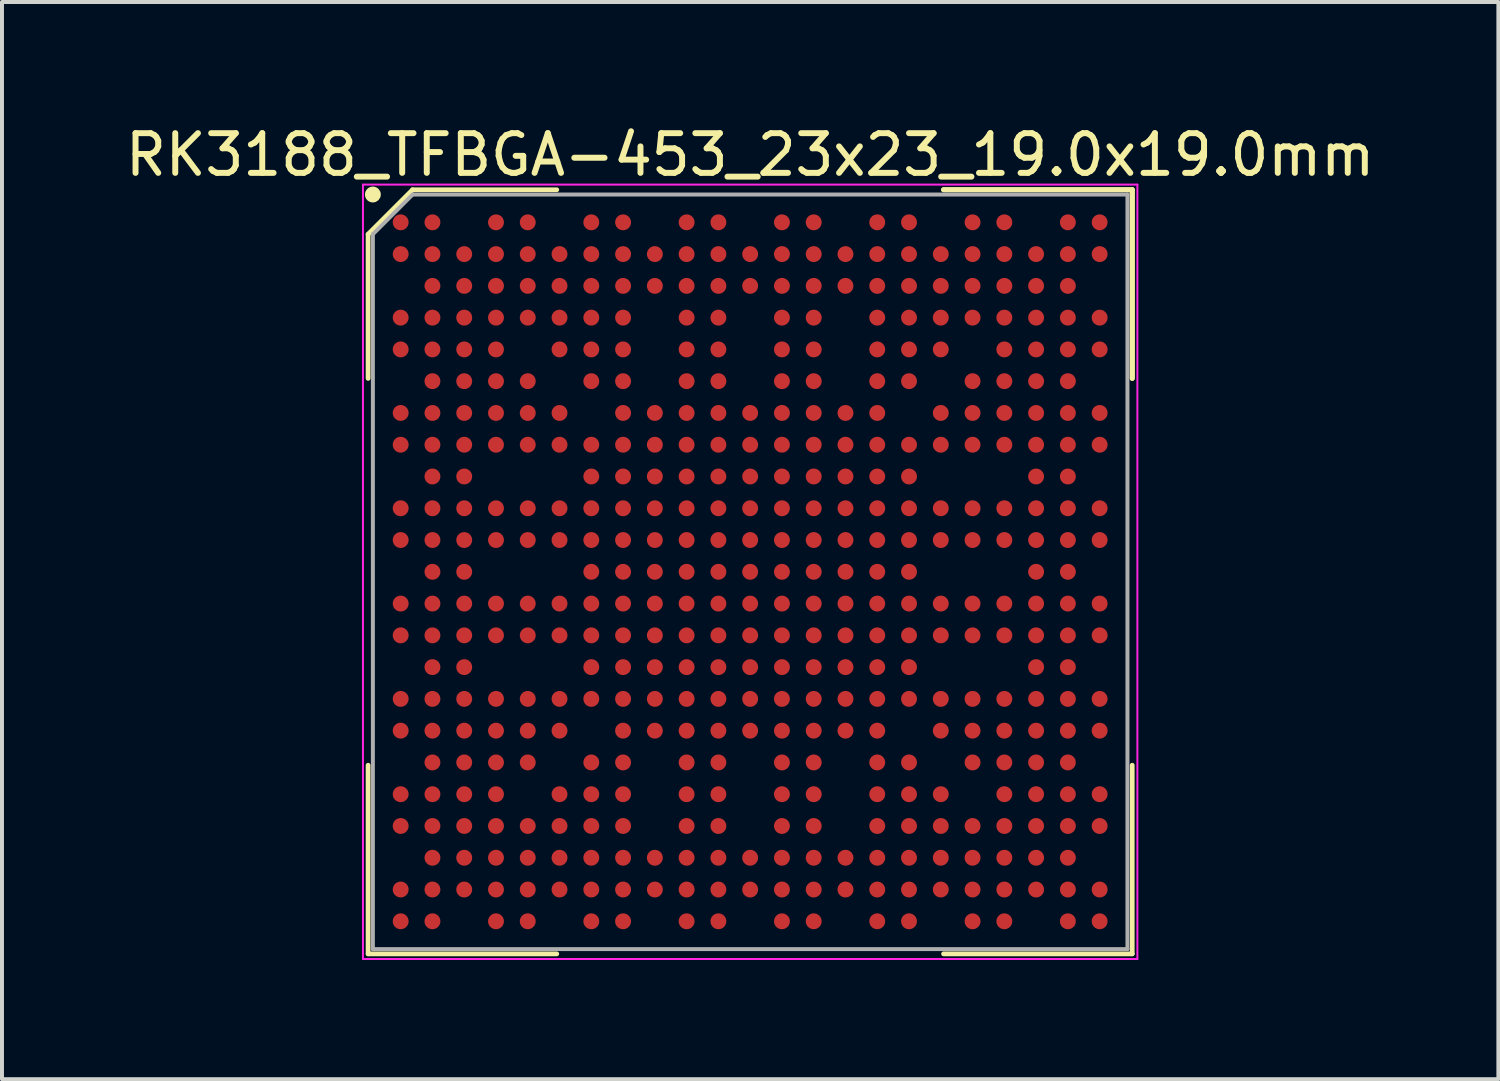
<source format=kicad_pcb>
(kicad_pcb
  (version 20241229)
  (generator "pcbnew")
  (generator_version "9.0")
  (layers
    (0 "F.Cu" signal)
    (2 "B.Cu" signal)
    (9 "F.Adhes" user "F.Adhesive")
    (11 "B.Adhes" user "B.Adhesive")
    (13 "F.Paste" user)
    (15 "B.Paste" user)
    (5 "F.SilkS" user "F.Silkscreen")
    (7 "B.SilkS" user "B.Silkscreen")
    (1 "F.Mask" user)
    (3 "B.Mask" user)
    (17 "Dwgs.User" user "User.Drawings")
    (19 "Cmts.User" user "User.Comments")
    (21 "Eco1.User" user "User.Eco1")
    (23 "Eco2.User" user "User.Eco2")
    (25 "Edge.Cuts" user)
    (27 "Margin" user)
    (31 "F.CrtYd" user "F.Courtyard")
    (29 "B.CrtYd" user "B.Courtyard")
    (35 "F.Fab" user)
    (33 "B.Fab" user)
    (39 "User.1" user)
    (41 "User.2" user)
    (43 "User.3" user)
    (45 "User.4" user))
  (footprint "RK3188_TFBGA-453_23x23_19.0x19.0mm"
    (layer "F.Cu")
    (at 15.839 11.348)
    (property "Reference" "RK3188_TFBGA-453_23x23_19.0x19.0mm" (at 0 -10.5 0) (layer "F.SilkS") (effects (font (size 1 1) (thickness 0.15))))
    (attr through_hole)
    (fp_line (start -9.62 -8.5) (end -9.62 -4.87) (stroke (width 0.12) (type solid)) (layer "F.SilkS"))
    (fp_line (start -9.62 9.62) (end -9.62 4.87) (stroke (width 0.12) (type solid)) (layer "F.SilkS"))
    (fp_line (start -8.5 -9.62) (end -9.62 -8.5) (stroke (width 0.12) (type solid)) (layer "F.SilkS"))
    (fp_line (start -4.87 -9.62) (end -8.5 -9.62) (stroke (width 0.12) (type solid)) (layer "F.SilkS"))
    (fp_line (start -4.87 9.62) (end -9.62 9.62) (stroke (width 0.12) (type solid)) (layer "F.SilkS"))
    (fp_line (start 4.87 -9.62) (end 9.62 -9.62) (stroke (width 0.12) (type solid)) (layer "F.SilkS"))
    (fp_line (start 4.87 -9.62) (end 9.62 -9.62) (stroke (width 0.12) (type solid)) (layer "F.SilkS"))
    (fp_line (start 4.87 -9.62) (end 9.62 -9.62) (stroke (width 0.12) (type solid)) (layer "F.SilkS"))
    (fp_line (start 4.87 9.62) (end 9.62 9.62) (stroke (width 0.12) (type solid)) (layer "F.SilkS"))
    (fp_line (start 9.62 -9.62) (end 9.62 -4.87) (stroke (width 0.12) (type solid)) (layer "F.SilkS"))
    (fp_line (start 9.62 -9.62) (end 9.62 -4.87) (stroke (width 0.12) (type solid)) (layer "F.SilkS"))
    (fp_line (start 9.62 -9.62) (end 9.62 -4.87) (stroke (width 0.12) (type solid)) (layer "F.SilkS"))
    (fp_line (start 9.62 9.62) (end 9.62 4.87) (stroke (width 0.12) (type solid)) (layer "F.SilkS"))
    (fp_circle (center -9.5 -9.5) (end -9.5 -9.4) (stroke (width 0.2) (type solid)) (fill no) (layer "F.SilkS"))
    (fp_line (start -9.75 -9.75) (end 9.75 -9.75) (stroke (width 0.05) (type solid)) (layer "F.CrtYd"))
    (fp_line (start -9.75 9.75) (end -9.75 -9.75) (stroke (width 0.05) (type solid)) (layer "F.CrtYd"))
    (fp_line (start 9.75 -9.75) (end 9.75 9.75) (stroke (width 0.05) (type solid)) (layer "F.CrtYd"))
    (fp_line (start 9.75 9.75) (end -9.75 9.75) (stroke (width 0.05) (type solid)) (layer "F.CrtYd"))
    (fp_line (start -9.5 -8.5) (end -9.5 9.5) (stroke (width 0.1) (type solid)) (layer "F.Fab"))
    (fp_line (start -9.5 9.5) (end 9.5 9.5) (stroke (width 0.1) (type solid)) (layer "F.Fab"))
    (fp_line (start -8.5 -9.5) (end -9.5 -8.5) (stroke (width 0.1) (type solid)) (layer "F.Fab"))
    (fp_line (start 9.5 -9.5) (end -8.5 -9.5) (stroke (width 0.1) (type solid)) (layer "F.Fab"))
    (fp_line (start 9.5 9.5) (end 9.5 -9.5) (stroke (width 0.1) (type solid)) (layer "F.Fab"))
    (pad "A1" smd circle (at -8.8 -8.8) (size 0.4 0.4) (layers "F.Cu" "F.Mask" "F.Paste"))
    (pad "A2" smd circle (at -8 -8.8) (size 0.4 0.4) (layers "F.Cu" "F.Mask" "F.Paste"))
    (pad "A4" smd circle (at -6.4 -8.8) (size 0.4 0.4) (layers "F.Cu" "F.Mask" "F.Paste"))
    (pad "A5" smd circle (at -5.6 -8.8) (size 0.4 0.4) (layers "F.Cu" "F.Mask" "F.Paste"))
    (pad "A7" smd circle (at -4 -8.8) (size 0.4 0.4) (layers "F.Cu" "F.Mask" "F.Paste"))
    (pad "A8" smd circle (at -3.2 -8.8) (size 0.4 0.4) (layers "F.Cu" "F.Mask" "F.Paste"))
    (pad "A10" smd circle (at -1.6 -8.8) (size 0.4 0.4) (layers "F.Cu" "F.Mask" "F.Paste"))
    (pad "A11" smd circle (at -0.8 -8.8) (size 0.4 0.4) (layers "F.Cu" "F.Mask" "F.Paste"))
    (pad "A13" smd circle (at 0.8 -8.8) (size 0.4 0.4) (layers "F.Cu" "F.Mask" "F.Paste"))
    (pad "A14" smd circle (at 1.6 -8.8) (size 0.4 0.4) (layers "F.Cu" "F.Mask" "F.Paste"))
    (pad "A16" smd circle (at 3.2 -8.8) (size 0.4 0.4) (layers "F.Cu" "F.Mask" "F.Paste"))
    (pad "A17" smd circle (at 4 -8.8) (size 0.4 0.4) (layers "F.Cu" "F.Mask" "F.Paste"))
    (pad "A19" smd circle (at 5.6 -8.8) (size 0.4 0.4) (layers "F.Cu" "F.Mask" "F.Paste"))
    (pad "A20" smd circle (at 6.4 -8.8) (size 0.4 0.4) (layers "F.Cu" "F.Mask" "F.Paste"))
    (pad "A22" smd circle (at 8 -8.8) (size 0.4 0.4) (layers "F.Cu" "F.Mask" "F.Paste"))
    (pad "A23" smd circle (at 8.8 -8.8) (size 0.4 0.4) (layers "F.Cu" "F.Mask" "F.Paste"))
    (pad "AA2" smd circle (at -8 7.2) (size 0.4 0.4) (layers "F.Cu" "F.Mask" "F.Paste"))
    (pad "AA3" smd circle (at -7.2 7.2) (size 0.4 0.4) (layers "F.Cu" "F.Mask" "F.Paste"))
    (pad "AA4" smd circle (at -6.4 7.2) (size 0.4 0.4) (layers "F.Cu" "F.Mask" "F.Paste"))
    (pad "AA5" smd circle (at -5.6 7.2) (size 0.4 0.4) (layers "F.Cu" "F.Mask" "F.Paste"))
    (pad "AA6" smd circle (at -4.8 7.2) (size 0.4 0.4) (layers "F.Cu" "F.Mask" "F.Paste"))
    (pad "AA7" smd circle (at -4 7.2) (size 0.4 0.4) (layers "F.Cu" "F.Mask" "F.Paste"))
    (pad "AA8" smd circle (at -3.2 7.2) (size 0.4 0.4) (layers "F.Cu" "F.Mask" "F.Paste"))
    (pad "AA9" smd circle (at -2.4 7.2) (size 0.4 0.4) (layers "F.Cu" "F.Mask" "F.Paste"))
    (pad "AA10" smd circle (at -1.6 7.2) (size 0.4 0.4) (layers "F.Cu" "F.Mask" "F.Paste"))
    (pad "AA11" smd circle (at -0.8 7.2) (size 0.4 0.4) (layers "F.Cu" "F.Mask" "F.Paste"))
    (pad "AA12" smd circle (at 0 7.2) (size 0.4 0.4) (layers "F.Cu" "F.Mask" "F.Paste"))
    (pad "AA13" smd circle (at 0.8 7.2) (size 0.4 0.4) (layers "F.Cu" "F.Mask" "F.Paste"))
    (pad "AA14" smd circle (at 1.6 7.2) (size 0.4 0.4) (layers "F.Cu" "F.Mask" "F.Paste"))
    (pad "AA15" smd circle (at 2.4 7.2) (size 0.4 0.4) (layers "F.Cu" "F.Mask" "F.Paste"))
    (pad "AA16" smd circle (at 3.2 7.2) (size 0.4 0.4) (layers "F.Cu" "F.Mask" "F.Paste"))
    (pad "AA17" smd circle (at 4 7.2) (size 0.4 0.4) (layers "F.Cu" "F.Mask" "F.Paste"))
    (pad "AA18" smd circle (at 4.8 7.2) (size 0.4 0.4) (layers "F.Cu" "F.Mask" "F.Paste"))
    (pad "AA19" smd circle (at 5.6 7.2) (size 0.4 0.4) (layers "F.Cu" "F.Mask" "F.Paste"))
    (pad "AA20" smd circle (at 6.4 7.2) (size 0.4 0.4) (layers "F.Cu" "F.Mask" "F.Paste"))
    (pad "AA21" smd circle (at 7.2 7.2) (size 0.4 0.4) (layers "F.Cu" "F.Mask" "F.Paste"))
    (pad "AA22" smd circle (at 8 7.2) (size 0.4 0.4) (layers "F.Cu" "F.Mask" "F.Paste"))
    (pad "AB1" smd circle (at -8.8 8) (size 0.4 0.4) (layers "F.Cu" "F.Mask" "F.Paste"))
    (pad "AB2" smd circle (at -8 8) (size 0.4 0.4) (layers "F.Cu" "F.Mask" "F.Paste"))
    (pad "AB3" smd circle (at -7.2 8) (size 0.4 0.4) (layers "F.Cu" "F.Mask" "F.Paste"))
    (pad "AB4" smd circle (at -6.4 8) (size 0.4 0.4) (layers "F.Cu" "F.Mask" "F.Paste"))
    (pad "AB5" smd circle (at -5.6 8) (size 0.4 0.4) (layers "F.Cu" "F.Mask" "F.Paste"))
    (pad "AB6" smd circle (at -4.8 8) (size 0.4 0.4) (layers "F.Cu" "F.Mask" "F.Paste"))
    (pad "AB7" smd circle (at -4 8) (size 0.4 0.4) (layers "F.Cu" "F.Mask" "F.Paste"))
    (pad "AB8" smd circle (at -3.2 8) (size 0.4 0.4) (layers "F.Cu" "F.Mask" "F.Paste"))
    (pad "AB9" smd circle (at -2.4 8) (size 0.4 0.4) (layers "F.Cu" "F.Mask" "F.Paste"))
    (pad "AB10" smd circle (at -1.6 8) (size 0.4 0.4) (layers "F.Cu" "F.Mask" "F.Paste"))
    (pad "AB11" smd circle (at -0.8 8) (size 0.4 0.4) (layers "F.Cu" "F.Mask" "F.Paste"))
    (pad "AB12" smd circle (at 0 8) (size 0.4 0.4) (layers "F.Cu" "F.Mask" "F.Paste"))
    (pad "AB13" smd circle (at 0.8 8) (size 0.4 0.4) (layers "F.Cu" "F.Mask" "F.Paste"))
    (pad "AB14" smd circle (at 1.6 8) (size 0.4 0.4) (layers "F.Cu" "F.Mask" "F.Paste"))
    (pad "AB15" smd circle (at 2.4 8) (size 0.4 0.4) (layers "F.Cu" "F.Mask" "F.Paste"))
    (pad "AB16" smd circle (at 3.2 8) (size 0.4 0.4) (layers "F.Cu" "F.Mask" "F.Paste"))
    (pad "AB17" smd circle (at 4 8) (size 0.4 0.4) (layers "F.Cu" "F.Mask" "F.Paste"))
    (pad "AB18" smd circle (at 4.8 8) (size 0.4 0.4) (layers "F.Cu" "F.Mask" "F.Paste"))
    (pad "AB19" smd circle (at 5.6 8) (size 0.4 0.4) (layers "F.Cu" "F.Mask" "F.Paste"))
    (pad "AB20" smd circle (at 6.4 8) (size 0.4 0.4) (layers "F.Cu" "F.Mask" "F.Paste"))
    (pad "AB21" smd circle (at 7.2 8) (size 0.4 0.4) (layers "F.Cu" "F.Mask" "F.Paste"))
    (pad "AB22" smd circle (at 8 8) (size 0.4 0.4) (layers "F.Cu" "F.Mask" "F.Paste"))
    (pad "AB23" smd circle (at 8.8 8) (size 0.4 0.4) (layers "F.Cu" "F.Mask" "F.Paste"))
    (pad "AC1" smd circle (at -8.8 8.8) (size 0.4 0.4) (layers "F.Cu" "F.Mask" "F.Paste"))
    (pad "AC2" smd circle (at -8 8.8) (size 0.4 0.4) (layers "F.Cu" "F.Mask" "F.Paste"))
    (pad "AC4" smd circle (at -6.4 8.8) (size 0.4 0.4) (layers "F.Cu" "F.Mask" "F.Paste"))
    (pad "AC5" smd circle (at -5.6 8.8) (size 0.4 0.4) (layers "F.Cu" "F.Mask" "F.Paste"))
    (pad "AC7" smd circle (at -4 8.8) (size 0.4 0.4) (layers "F.Cu" "F.Mask" "F.Paste"))
    (pad "AC8" smd circle (at -3.2 8.8) (size 0.4 0.4) (layers "F.Cu" "F.Mask" "F.Paste"))
    (pad "AC10" smd circle (at -1.6 8.8) (size 0.4 0.4) (layers "F.Cu" "F.Mask" "F.Paste"))
    (pad "AC11" smd circle (at -0.8 8.8) (size 0.4 0.4) (layers "F.Cu" "F.Mask" "F.Paste"))
    (pad "AC13" smd circle (at 0.8 8.8) (size 0.4 0.4) (layers "F.Cu" "F.Mask" "F.Paste"))
    (pad "AC14" smd circle (at 1.6 8.8) (size 0.4 0.4) (layers "F.Cu" "F.Mask" "F.Paste"))
    (pad "AC16" smd circle (at 3.2 8.8) (size 0.4 0.4) (layers "F.Cu" "F.Mask" "F.Paste"))
    (pad "AC17" smd circle (at 4 8.8) (size 0.4 0.4) (layers "F.Cu" "F.Mask" "F.Paste"))
    (pad "AC19" smd circle (at 5.6 8.8) (size 0.4 0.4) (layers "F.Cu" "F.Mask" "F.Paste"))
    (pad "AC20" smd circle (at 6.4 8.8) (size 0.4 0.4) (layers "F.Cu" "F.Mask" "F.Paste"))
    (pad "AC22" smd circle (at 8 8.8) (size 0.4 0.4) (layers "F.Cu" "F.Mask" "F.Paste"))
    (pad "AC23" smd circle (at 8.8 8.8) (size 0.4 0.4) (layers "F.Cu" "F.Mask" "F.Paste"))
    (pad "B1" smd circle (at -8.8 -8) (size 0.4 0.4) (layers "F.Cu" "F.Mask" "F.Paste"))
    (pad "B2" smd circle (at -8 -8) (size 0.4 0.4) (layers "F.Cu" "F.Mask" "F.Paste"))
    (pad "B3" smd circle (at -7.2 -8) (size 0.4 0.4) (layers "F.Cu" "F.Mask" "F.Paste"))
    (pad "B4" smd circle (at -6.4 -8) (size 0.4 0.4) (layers "F.Cu" "F.Mask" "F.Paste"))
    (pad "B5" smd circle (at -5.6 -8) (size 0.4 0.4) (layers "F.Cu" "F.Mask" "F.Paste"))
    (pad "B6" smd circle (at -4.8 -8) (size 0.4 0.4) (layers "F.Cu" "F.Mask" "F.Paste"))
    (pad "B7" smd circle (at -4 -8) (size 0.4 0.4) (layers "F.Cu" "F.Mask" "F.Paste"))
    (pad "B8" smd circle (at -3.2 -8) (size 0.4 0.4) (layers "F.Cu" "F.Mask" "F.Paste"))
    (pad "B9" smd circle (at -2.4 -8) (size 0.4 0.4) (layers "F.Cu" "F.Mask" "F.Paste"))
    (pad "B10" smd circle (at -1.6 -8) (size 0.4 0.4) (layers "F.Cu" "F.Mask" "F.Paste"))
    (pad "B11" smd circle (at -0.8 -8) (size 0.4 0.4) (layers "F.Cu" "F.Mask" "F.Paste"))
    (pad "B12" smd circle (at 0 -8) (size 0.4 0.4) (layers "F.Cu" "F.Mask" "F.Paste"))
    (pad "B13" smd circle (at 0.8 -8) (size 0.4 0.4) (layers "F.Cu" "F.Mask" "F.Paste"))
    (pad "B14" smd circle (at 1.6 -8) (size 0.4 0.4) (layers "F.Cu" "F.Mask" "F.Paste"))
    (pad "B15" smd circle (at 2.4 -8) (size 0.4 0.4) (layers "F.Cu" "F.Mask" "F.Paste"))
    (pad "B16" smd circle (at 3.2 -8) (size 0.4 0.4) (layers "F.Cu" "F.Mask" "F.Paste"))
    (pad "B17" smd circle (at 4 -8) (size 0.4 0.4) (layers "F.Cu" "F.Mask" "F.Paste"))
    (pad "B18" smd circle (at 4.8 -8) (size 0.4 0.4) (layers "F.Cu" "F.Mask" "F.Paste"))
    (pad "B19" smd circle (at 5.6 -8) (size 0.4 0.4) (layers "F.Cu" "F.Mask" "F.Paste"))
    (pad "B20" smd circle (at 6.4 -8) (size 0.4 0.4) (layers "F.Cu" "F.Mask" "F.Paste"))
    (pad "B21" smd circle (at 7.2 -8) (size 0.4 0.4) (layers "F.Cu" "F.Mask" "F.Paste"))
    (pad "B22" smd circle (at 8 -8) (size 0.4 0.4) (layers "F.Cu" "F.Mask" "F.Paste"))
    (pad "B23" smd circle (at 8.8 -8) (size 0.4 0.4) (layers "F.Cu" "F.Mask" "F.Paste"))
    (pad "C2" smd circle (at -8 -7.2) (size 0.4 0.4) (layers "F.Cu" "F.Mask" "F.Paste"))
    (pad "C3" smd circle (at -7.2 -7.2) (size 0.4 0.4) (layers "F.Cu" "F.Mask" "F.Paste"))
    (pad "C4" smd circle (at -6.4 -7.2) (size 0.4 0.4) (layers "F.Cu" "F.Mask" "F.Paste"))
    (pad "C5" smd circle (at -5.6 -7.2) (size 0.4 0.4) (layers "F.Cu" "F.Mask" "F.Paste"))
    (pad "C6" smd circle (at -4.8 -7.2) (size 0.4 0.4) (layers "F.Cu" "F.Mask" "F.Paste"))
    (pad "C7" smd circle (at -4 -7.2) (size 0.4 0.4) (layers "F.Cu" "F.Mask" "F.Paste"))
    (pad "C8" smd circle (at -3.2 -7.2) (size 0.4 0.4) (layers "F.Cu" "F.Mask" "F.Paste"))
    (pad "C9" smd circle (at -2.4 -7.2) (size 0.4 0.4) (layers "F.Cu" "F.Mask" "F.Paste"))
    (pad "C10" smd circle (at -1.6 -7.2) (size 0.4 0.4) (layers "F.Cu" "F.Mask" "F.Paste"))
    (pad "C11" smd circle (at -0.8 -7.2) (size 0.4 0.4) (layers "F.Cu" "F.Mask" "F.Paste"))
    (pad "C12" smd circle (at 0 -7.2) (size 0.4 0.4) (layers "F.Cu" "F.Mask" "F.Paste"))
    (pad "C13" smd circle (at 0.8 -7.2) (size 0.4 0.4) (layers "F.Cu" "F.Mask" "F.Paste"))
    (pad "C14" smd circle (at 1.6 -7.2) (size 0.4 0.4) (layers "F.Cu" "F.Mask" "F.Paste"))
    (pad "C15" smd circle (at 2.4 -7.2) (size 0.4 0.4) (layers "F.Cu" "F.Mask" "F.Paste"))
    (pad "C16" smd circle (at 3.2 -7.2) (size 0.4 0.4) (layers "F.Cu" "F.Mask" "F.Paste"))
    (pad "C17" smd circle (at 4 -7.2) (size 0.4 0.4) (layers "F.Cu" "F.Mask" "F.Paste"))
    (pad "C18" smd circle (at 4.8 -7.2) (size 0.4 0.4) (layers "F.Cu" "F.Mask" "F.Paste"))
    (pad "C19" smd circle (at 5.6 -7.2) (size 0.4 0.4) (layers "F.Cu" "F.Mask" "F.Paste"))
    (pad "C20" smd circle (at 6.4 -7.2) (size 0.4 0.4) (layers "F.Cu" "F.Mask" "F.Paste"))
    (pad "C21" smd circle (at 7.2 -7.2) (size 0.4 0.4) (layers "F.Cu" "F.Mask" "F.Paste"))
    (pad "C22" smd circle (at 8 -7.2) (size 0.4 0.4) (layers "F.Cu" "F.Mask" "F.Paste"))
    (pad "D1" smd circle (at -8.8 -6.4) (size 0.4 0.4) (layers "F.Cu" "F.Mask" "F.Paste"))
    (pad "D2" smd circle (at -8 -6.4) (size 0.4 0.4) (layers "F.Cu" "F.Mask" "F.Paste"))
    (pad "D3" smd circle (at -7.2 -6.4) (size 0.4 0.4) (layers "F.Cu" "F.Mask" "F.Paste"))
    (pad "D4" smd circle (at -6.4 -6.4) (size 0.4 0.4) (layers "F.Cu" "F.Mask" "F.Paste"))
    (pad "D5" smd circle (at -5.6 -6.4) (size 0.4 0.4) (layers "F.Cu" "F.Mask" "F.Paste"))
    (pad "D6" smd circle (at -4.8 -6.4) (size 0.4 0.4) (layers "F.Cu" "F.Mask" "F.Paste"))
    (pad "D7" smd circle (at -4 -6.4) (size 0.4 0.4) (layers "F.Cu" "F.Mask" "F.Paste"))
    (pad "D8" smd circle (at -3.2 -6.4) (size 0.4 0.4) (layers "F.Cu" "F.Mask" "F.Paste"))
    (pad "D10" smd circle (at -1.6 -6.4) (size 0.4 0.4) (layers "F.Cu" "F.Mask" "F.Paste"))
    (pad "D11" smd circle (at -0.8 -6.4) (size 0.4 0.4) (layers "F.Cu" "F.Mask" "F.Paste"))
    (pad "D13" smd circle (at 0.8 -6.4) (size 0.4 0.4) (layers "F.Cu" "F.Mask" "F.Paste"))
    (pad "D14" smd circle (at 1.6 -6.4) (size 0.4 0.4) (layers "F.Cu" "F.Mask" "F.Paste"))
    (pad "D16" smd circle (at 3.2 -6.4) (size 0.4 0.4) (layers "F.Cu" "F.Mask" "F.Paste"))
    (pad "D17" smd circle (at 4 -6.4) (size 0.4 0.4) (layers "F.Cu" "F.Mask" "F.Paste"))
    (pad "D18" smd circle (at 4.8 -6.4) (size 0.4 0.4) (layers "F.Cu" "F.Mask" "F.Paste"))
    (pad "D19" smd circle (at 5.6 -6.4) (size 0.4 0.4) (layers "F.Cu" "F.Mask" "F.Paste"))
    (pad "D20" smd circle (at 6.4 -6.4) (size 0.4 0.4) (layers "F.Cu" "F.Mask" "F.Paste"))
    (pad "D21" smd circle (at 7.2 -6.4) (size 0.4 0.4) (layers "F.Cu" "F.Mask" "F.Paste"))
    (pad "D22" smd circle (at 8 -6.4) (size 0.4 0.4) (layers "F.Cu" "F.Mask" "F.Paste"))
    (pad "D23" smd circle (at 8.8 -6.4) (size 0.4 0.4) (layers "F.Cu" "F.Mask" "F.Paste"))
    (pad "E1" smd circle (at -8.8 -5.6) (size 0.4 0.4) (layers "F.Cu" "F.Mask" "F.Paste"))
    (pad "E2" smd circle (at -8 -5.6) (size 0.4 0.4) (layers "F.Cu" "F.Mask" "F.Paste"))
    (pad "E3" smd circle (at -7.2 -5.6) (size 0.4 0.4) (layers "F.Cu" "F.Mask" "F.Paste"))
    (pad "E4" smd circle (at -6.4 -5.6) (size 0.4 0.4) (layers "F.Cu" "F.Mask" "F.Paste"))
    (pad "E6" smd circle (at -4.8 -5.6) (size 0.4 0.4) (layers "F.Cu" "F.Mask" "F.Paste"))
    (pad "E7" smd circle (at -4 -5.6) (size 0.4 0.4) (layers "F.Cu" "F.Mask" "F.Paste"))
    (pad "E8" smd circle (at -3.2 -5.6) (size 0.4 0.4) (layers "F.Cu" "F.Mask" "F.Paste"))
    (pad "E10" smd circle (at -1.6 -5.6) (size 0.4 0.4) (layers "F.Cu" "F.Mask" "F.Paste"))
    (pad "E11" smd circle (at -0.8 -5.6) (size 0.4 0.4) (layers "F.Cu" "F.Mask" "F.Paste"))
    (pad "E13" smd circle (at 0.8 -5.6) (size 0.4 0.4) (layers "F.Cu" "F.Mask" "F.Paste"))
    (pad "E14" smd circle (at 1.6 -5.6) (size 0.4 0.4) (layers "F.Cu" "F.Mask" "F.Paste"))
    (pad "E16" smd circle (at 3.2 -5.6) (size 0.4 0.4) (layers "F.Cu" "F.Mask" "F.Paste"))
    (pad "E17" smd circle (at 4 -5.6) (size 0.4 0.4) (layers "F.Cu" "F.Mask" "F.Paste"))
    (pad "E18" smd circle (at 4.8 -5.6) (size 0.4 0.4) (layers "F.Cu" "F.Mask" "F.Paste"))
    (pad "E20" smd circle (at 6.4 -5.6) (size 0.4 0.4) (layers "F.Cu" "F.Mask" "F.Paste"))
    (pad "E21" smd circle (at 7.2 -5.6) (size 0.4 0.4) (layers "F.Cu" "F.Mask" "F.Paste"))
    (pad "E22" smd circle (at 8 -5.6) (size 0.4 0.4) (layers "F.Cu" "F.Mask" "F.Paste"))
    (pad "E23" smd circle (at 8.8 -5.6) (size 0.4 0.4) (layers "F.Cu" "F.Mask" "F.Paste"))
    (pad "F2" smd circle (at -8 -4.8) (size 0.4 0.4) (layers "F.Cu" "F.Mask" "F.Paste"))
    (pad "F3" smd circle (at -7.2 -4.8) (size 0.4 0.4) (layers "F.Cu" "F.Mask" "F.Paste"))
    (pad "F4" smd circle (at -6.4 -4.8) (size 0.4 0.4) (layers "F.Cu" "F.Mask" "F.Paste"))
    (pad "F5" smd circle (at -5.6 -4.8) (size 0.4 0.4) (layers "F.Cu" "F.Mask" "F.Paste"))
    (pad "F7" smd circle (at -4 -4.8) (size 0.4 0.4) (layers "F.Cu" "F.Mask" "F.Paste"))
    (pad "F8" smd circle (at -3.2 -4.8) (size 0.4 0.4) (layers "F.Cu" "F.Mask" "F.Paste"))
    (pad "F10" smd circle (at -1.6 -4.8) (size 0.4 0.4) (layers "F.Cu" "F.Mask" "F.Paste"))
    (pad "F11" smd circle (at -0.8 -4.8) (size 0.4 0.4) (layers "F.Cu" "F.Mask" "F.Paste"))
    (pad "F13" smd circle (at 0.8 -4.8) (size 0.4 0.4) (layers "F.Cu" "F.Mask" "F.Paste"))
    (pad "F14" smd circle (at 1.6 -4.8) (size 0.4 0.4) (layers "F.Cu" "F.Mask" "F.Paste"))
    (pad "F16" smd circle (at 3.2 -4.8) (size 0.4 0.4) (layers "F.Cu" "F.Mask" "F.Paste"))
    (pad "F17" smd circle (at 4 -4.8) (size 0.4 0.4) (layers "F.Cu" "F.Mask" "F.Paste"))
    (pad "F19" smd circle (at 5.6 -4.8) (size 0.4 0.4) (layers "F.Cu" "F.Mask" "F.Paste"))
    (pad "F20" smd circle (at 6.4 -4.8) (size 0.4 0.4) (layers "F.Cu" "F.Mask" "F.Paste"))
    (pad "F21" smd circle (at 7.2 -4.8) (size 0.4 0.4) (layers "F.Cu" "F.Mask" "F.Paste"))
    (pad "F22" smd circle (at 8 -4.8) (size 0.4 0.4) (layers "F.Cu" "F.Mask" "F.Paste"))
    (pad "G1" smd circle (at -8.8 -4) (size 0.4 0.4) (layers "F.Cu" "F.Mask" "F.Paste"))
    (pad "G2" smd circle (at -8 -4) (size 0.4 0.4) (layers "F.Cu" "F.Mask" "F.Paste"))
    (pad "G3" smd circle (at -7.2 -4) (size 0.4 0.4) (layers "F.Cu" "F.Mask" "F.Paste"))
    (pad "G4" smd circle (at -6.4 -4) (size 0.4 0.4) (layers "F.Cu" "F.Mask" "F.Paste"))
    (pad "G5" smd circle (at -5.6 -4) (size 0.4 0.4) (layers "F.Cu" "F.Mask" "F.Paste"))
    (pad "G6" smd circle (at -4.8 -4) (size 0.4 0.4) (layers "F.Cu" "F.Mask" "F.Paste"))
    (pad "G8" smd circle (at -3.2 -4) (size 0.4 0.4) (layers "F.Cu" "F.Mask" "F.Paste"))
    (pad "G9" smd circle (at -2.4 -4) (size 0.4 0.4) (layers "F.Cu" "F.Mask" "F.Paste"))
    (pad "G10" smd circle (at -1.6 -4) (size 0.4 0.4) (layers "F.Cu" "F.Mask" "F.Paste"))
    (pad "G11" smd circle (at -0.8 -4) (size 0.4 0.4) (layers "F.Cu" "F.Mask" "F.Paste"))
    (pad "G12" smd circle (at 0 -4) (size 0.4 0.4) (layers "F.Cu" "F.Mask" "F.Paste"))
    (pad "G13" smd circle (at 0.8 -4) (size 0.4 0.4) (layers "F.Cu" "F.Mask" "F.Paste"))
    (pad "G14" smd circle (at 1.6 -4) (size 0.4 0.4) (layers "F.Cu" "F.Mask" "F.Paste"))
    (pad "G15" smd circle (at 2.4 -4) (size 0.4 0.4) (layers "F.Cu" "F.Mask" "F.Paste"))
    (pad "G16" smd circle (at 3.2 -4) (size 0.4 0.4) (layers "F.Cu" "F.Mask" "F.Paste"))
    (pad "G18" smd circle (at 4.8 -4) (size 0.4 0.4) (layers "F.Cu" "F.Mask" "F.Paste"))
    (pad "G19" smd circle (at 5.6 -4) (size 0.4 0.4) (layers "F.Cu" "F.Mask" "F.Paste"))
    (pad "G20" smd circle (at 6.4 -4) (size 0.4 0.4) (layers "F.Cu" "F.Mask" "F.Paste"))
    (pad "G21" smd circle (at 7.2 -4) (size 0.4 0.4) (layers "F.Cu" "F.Mask" "F.Paste"))
    (pad "G22" smd circle (at 8 -4) (size 0.4 0.4) (layers "F.Cu" "F.Mask" "F.Paste"))
    (pad "G23" smd circle (at 8.8 -4) (size 0.4 0.4) (layers "F.Cu" "F.Mask" "F.Paste"))
    (pad "H1" smd circle (at -8.8 -3.2) (size 0.4 0.4) (layers "F.Cu" "F.Mask" "F.Paste"))
    (pad "H2" smd circle (at -8 -3.2) (size 0.4 0.4) (layers "F.Cu" "F.Mask" "F.Paste"))
    (pad "H3" smd circle (at -7.2 -3.2) (size 0.4 0.4) (layers "F.Cu" "F.Mask" "F.Paste"))
    (pad "H4" smd circle (at -6.4 -3.2) (size 0.4 0.4) (layers "F.Cu" "F.Mask" "F.Paste"))
    (pad "H5" smd circle (at -5.6 -3.2) (size 0.4 0.4) (layers "F.Cu" "F.Mask" "F.Paste"))
    (pad "H6" smd circle (at -4.8 -3.2) (size 0.4 0.4) (layers "F.Cu" "F.Mask" "F.Paste"))
    (pad "H7" smd circle (at -4 -3.2) (size 0.4 0.4) (layers "F.Cu" "F.Mask" "F.Paste"))
    (pad "H8" smd circle (at -3.2 -3.2) (size 0.4 0.4) (layers "F.Cu" "F.Mask" "F.Paste"))
    (pad "H9" smd circle (at -2.4 -3.2) (size 0.4 0.4) (layers "F.Cu" "F.Mask" "F.Paste"))
    (pad "H10" smd circle (at -1.6 -3.2) (size 0.4 0.4) (layers "F.Cu" "F.Mask" "F.Paste"))
    (pad "H11" smd circle (at -0.8 -3.2) (size 0.4 0.4) (layers "F.Cu" "F.Mask" "F.Paste"))
    (pad "H12" smd circle (at 0 -3.2) (size 0.4 0.4) (layers "F.Cu" "F.Mask" "F.Paste"))
    (pad "H13" smd circle (at 0.8 -3.2) (size 0.4 0.4) (layers "F.Cu" "F.Mask" "F.Paste"))
    (pad "H14" smd circle (at 1.6 -3.2) (size 0.4 0.4) (layers "F.Cu" "F.Mask" "F.Paste"))
    (pad "H15" smd circle (at 2.4 -3.2) (size 0.4 0.4) (layers "F.Cu" "F.Mask" "F.Paste"))
    (pad "H16" smd circle (at 3.2 -3.2) (size 0.4 0.4) (layers "F.Cu" "F.Mask" "F.Paste"))
    (pad "H17" smd circle (at 4 -3.2) (size 0.4 0.4) (layers "F.Cu" "F.Mask" "F.Paste"))
    (pad "H18" smd circle (at 4.8 -3.2) (size 0.4 0.4) (layers "F.Cu" "F.Mask" "F.Paste"))
    (pad "H19" smd circle (at 5.6 -3.2) (size 0.4 0.4) (layers "F.Cu" "F.Mask" "F.Paste"))
    (pad "H20" smd circle (at 6.4 -3.2) (size 0.4 0.4) (layers "F.Cu" "F.Mask" "F.Paste"))
    (pad "H21" smd circle (at 7.2 -3.2) (size 0.4 0.4) (layers "F.Cu" "F.Mask" "F.Paste"))
    (pad "H22" smd circle (at 8 -3.2) (size 0.4 0.4) (layers "F.Cu" "F.Mask" "F.Paste"))
    (pad "H23" smd circle (at 8.8 -3.2) (size 0.4 0.4) (layers "F.Cu" "F.Mask" "F.Paste"))
    (pad "J2" smd circle (at -8 -2.4) (size 0.4 0.4) (layers "F.Cu" "F.Mask" "F.Paste"))
    (pad "J3" smd circle (at -7.2 -2.4) (size 0.4 0.4) (layers "F.Cu" "F.Mask" "F.Paste"))
    (pad "J7" smd circle (at -4 -2.4) (size 0.4 0.4) (layers "F.Cu" "F.Mask" "F.Paste"))
    (pad "J8" smd circle (at -3.2 -2.4) (size 0.4 0.4) (layers "F.Cu" "F.Mask" "F.Paste"))
    (pad "J9" smd circle (at -2.4 -2.4) (size 0.4 0.4) (layers "F.Cu" "F.Mask" "F.Paste"))
    (pad "J10" smd circle (at -1.6 -2.4) (size 0.4 0.4) (layers "F.Cu" "F.Mask" "F.Paste"))
    (pad "J11" smd circle (at -0.8 -2.4) (size 0.4 0.4) (layers "F.Cu" "F.Mask" "F.Paste"))
    (pad "J12" smd circle (at 0 -2.4) (size 0.4 0.4) (layers "F.Cu" "F.Mask" "F.Paste"))
    (pad "J13" smd circle (at 0.8 -2.4) (size 0.4 0.4) (layers "F.Cu" "F.Mask" "F.Paste"))
    (pad "J14" smd circle (at 1.6 -2.4) (size 0.4 0.4) (layers "F.Cu" "F.Mask" "F.Paste"))
    (pad "J15" smd circle (at 2.4 -2.4) (size 0.4 0.4) (layers "F.Cu" "F.Mask" "F.Paste"))
    (pad "J16" smd circle (at 3.2 -2.4) (size 0.4 0.4) (layers "F.Cu" "F.Mask" "F.Paste"))
    (pad "J17" smd circle (at 4 -2.4) (size 0.4 0.4) (layers "F.Cu" "F.Mask" "F.Paste"))
    (pad "J21" smd circle (at 7.2 -2.4) (size 0.4 0.4) (layers "F.Cu" "F.Mask" "F.Paste"))
    (pad "J22" smd circle (at 8 -2.4) (size 0.4 0.4) (layers "F.Cu" "F.Mask" "F.Paste"))
    (pad "K1" smd circle (at -8.8 -1.6) (size 0.4 0.4) (layers "F.Cu" "F.Mask" "F.Paste"))
    (pad "K2" smd circle (at -8 -1.6) (size 0.4 0.4) (layers "F.Cu" "F.Mask" "F.Paste"))
    (pad "K3" smd circle (at -7.2 -1.6) (size 0.4 0.4) (layers "F.Cu" "F.Mask" "F.Paste"))
    (pad "K4" smd circle (at -6.4 -1.6) (size 0.4 0.4) (layers "F.Cu" "F.Mask" "F.Paste"))
    (pad "K5" smd circle (at -5.6 -1.6) (size 0.4 0.4) (layers "F.Cu" "F.Mask" "F.Paste"))
    (pad "K6" smd circle (at -4.8 -1.6) (size 0.4 0.4) (layers "F.Cu" "F.Mask" "F.Paste"))
    (pad "K7" smd circle (at -4 -1.6) (size 0.4 0.4) (layers "F.Cu" "F.Mask" "F.Paste"))
    (pad "K8" smd circle (at -3.2 -1.6) (size 0.4 0.4) (layers "F.Cu" "F.Mask" "F.Paste"))
    (pad "K9" smd circle (at -2.4 -1.6) (size 0.4 0.4) (layers "F.Cu" "F.Mask" "F.Paste"))
    (pad "K10" smd circle (at -1.6 -1.6) (size 0.4 0.4) (layers "F.Cu" "F.Mask" "F.Paste"))
    (pad "K11" smd circle (at -0.8 -1.6) (size 0.4 0.4) (layers "F.Cu" "F.Mask" "F.Paste"))
    (pad "K12" smd circle (at 0 -1.6) (size 0.4 0.4) (layers "F.Cu" "F.Mask" "F.Paste"))
    (pad "K13" smd circle (at 0.8 -1.6) (size 0.4 0.4) (layers "F.Cu" "F.Mask" "F.Paste"))
    (pad "K14" smd circle (at 1.6 -1.6) (size 0.4 0.4) (layers "F.Cu" "F.Mask" "F.Paste"))
    (pad "K15" smd circle (at 2.4 -1.6) (size 0.4 0.4) (layers "F.Cu" "F.Mask" "F.Paste"))
    (pad "K16" smd circle (at 3.2 -1.6) (size 0.4 0.4) (layers "F.Cu" "F.Mask" "F.Paste"))
    (pad "K17" smd circle (at 4 -1.6) (size 0.4 0.4) (layers "F.Cu" "F.Mask" "F.Paste"))
    (pad "K18" smd circle (at 4.8 -1.6) (size 0.4 0.4) (layers "F.Cu" "F.Mask" "F.Paste"))
    (pad "K19" smd circle (at 5.6 -1.6) (size 0.4 0.4) (layers "F.Cu" "F.Mask" "F.Paste"))
    (pad "K20" smd circle (at 6.4 -1.6) (size 0.4 0.4) (layers "F.Cu" "F.Mask" "F.Paste"))
    (pad "K21" smd circle (at 7.2 -1.6) (size 0.4 0.4) (layers "F.Cu" "F.Mask" "F.Paste"))
    (pad "K22" smd circle (at 8 -1.6) (size 0.4 0.4) (layers "F.Cu" "F.Mask" "F.Paste"))
    (pad "K23" smd circle (at 8.8 -1.6) (size 0.4 0.4) (layers "F.Cu" "F.Mask" "F.Paste"))
    (pad "L1" smd circle (at -8.8 -0.8) (size 0.4 0.4) (layers "F.Cu" "F.Mask" "F.Paste"))
    (pad "L2" smd circle (at -8 -0.8) (size 0.4 0.4) (layers "F.Cu" "F.Mask" "F.Paste"))
    (pad "L3" smd circle (at -7.2 -0.8) (size 0.4 0.4) (layers "F.Cu" "F.Mask" "F.Paste"))
    (pad "L4" smd circle (at -6.4 -0.8) (size 0.4 0.4) (layers "F.Cu" "F.Mask" "F.Paste"))
    (pad "L5" smd circle (at -5.6 -0.8) (size 0.4 0.4) (layers "F.Cu" "F.Mask" "F.Paste"))
    (pad "L6" smd circle (at -4.8 -0.8) (size 0.4 0.4) (layers "F.Cu" "F.Mask" "F.Paste"))
    (pad "L7" smd circle (at -4 -0.8) (size 0.4 0.4) (layers "F.Cu" "F.Mask" "F.Paste"))
    (pad "L8" smd circle (at -3.2 -0.8) (size 0.4 0.4) (layers "F.Cu" "F.Mask" "F.Paste"))
    (pad "L9" smd circle (at -2.4 -0.8) (size 0.4 0.4) (layers "F.Cu" "F.Mask" "F.Paste"))
    (pad "L10" smd circle (at -1.6 -0.8) (size 0.4 0.4) (layers "F.Cu" "F.Mask" "F.Paste"))
    (pad "L11" smd circle (at -0.8 -0.8) (size 0.4 0.4) (layers "F.Cu" "F.Mask" "F.Paste"))
    (pad "L12" smd circle (at 0 -0.8) (size 0.4 0.4) (layers "F.Cu" "F.Mask" "F.Paste"))
    (pad "L13" smd circle (at 0.8 -0.8) (size 0.4 0.4) (layers "F.Cu" "F.Mask" "F.Paste"))
    (pad "L14" smd circle (at 1.6 -0.8) (size 0.4 0.4) (layers "F.Cu" "F.Mask" "F.Paste"))
    (pad "L15" smd circle (at 2.4 -0.8) (size 0.4 0.4) (layers "F.Cu" "F.Mask" "F.Paste"))
    (pad "L16" smd circle (at 3.2 -0.8) (size 0.4 0.4) (layers "F.Cu" "F.Mask" "F.Paste"))
    (pad "L17" smd circle (at 4 -0.8) (size 0.4 0.4) (layers "F.Cu" "F.Mask" "F.Paste"))
    (pad "L18" smd circle (at 4.8 -0.8) (size 0.4 0.4) (layers "F.Cu" "F.Mask" "F.Paste"))
    (pad "L19" smd circle (at 5.6 -0.8) (size 0.4 0.4) (layers "F.Cu" "F.Mask" "F.Paste"))
    (pad "L20" smd circle (at 6.4 -0.8) (size 0.4 0.4) (layers "F.Cu" "F.Mask" "F.Paste"))
    (pad "L21" smd circle (at 7.2 -0.8) (size 0.4 0.4) (layers "F.Cu" "F.Mask" "F.Paste"))
    (pad "L22" smd circle (at 8 -0.8) (size 0.4 0.4) (layers "F.Cu" "F.Mask" "F.Paste"))
    (pad "L23" smd circle (at 8.8 -0.8) (size 0.4 0.4) (layers "F.Cu" "F.Mask" "F.Paste"))
    (pad "M2" smd circle (at -8 0) (size 0.4 0.4) (layers "F.Cu" "F.Mask" "F.Paste"))
    (pad "M3" smd circle (at -7.2 0) (size 0.4 0.4) (layers "F.Cu" "F.Mask" "F.Paste"))
    (pad "M7" smd circle (at -4 0) (size 0.4 0.4) (layers "F.Cu" "F.Mask" "F.Paste"))
    (pad "M8" smd circle (at -3.2 0) (size 0.4 0.4) (layers "F.Cu" "F.Mask" "F.Paste"))
    (pad "M9" smd circle (at -2.4 0) (size 0.4 0.4) (layers "F.Cu" "F.Mask" "F.Paste"))
    (pad "M10" smd circle (at -1.6 0) (size 0.4 0.4) (layers "F.Cu" "F.Mask" "F.Paste"))
    (pad "M11" smd circle (at -0.8 0) (size 0.4 0.4) (layers "F.Cu" "F.Mask" "F.Paste"))
    (pad "M12" smd circle (at 0 0) (size 0.4 0.4) (layers "F.Cu" "F.Mask" "F.Paste"))
    (pad "M13" smd circle (at 0.8 0) (size 0.4 0.4) (layers "F.Cu" "F.Mask" "F.Paste"))
    (pad "M14" smd circle (at 1.6 0) (size 0.4 0.4) (layers "F.Cu" "F.Mask" "F.Paste"))
    (pad "M15" smd circle (at 2.4 0) (size 0.4 0.4) (layers "F.Cu" "F.Mask" "F.Paste"))
    (pad "M16" smd circle (at 3.2 0) (size 0.4 0.4) (layers "F.Cu" "F.Mask" "F.Paste"))
    (pad "M17" smd circle (at 4 0) (size 0.4 0.4) (layers "F.Cu" "F.Mask" "F.Paste"))
    (pad "M21" smd circle (at 7.2 0) (size 0.4 0.4) (layers "F.Cu" "F.Mask" "F.Paste"))
    (pad "M22" smd circle (at 8 0) (size 0.4 0.4) (layers "F.Cu" "F.Mask" "F.Paste"))
    (pad "N1" smd circle (at -8.8 0.8) (size 0.4 0.4) (layers "F.Cu" "F.Mask" "F.Paste"))
    (pad "N2" smd circle (at -8 0.8) (size 0.4 0.4) (layers "F.Cu" "F.Mask" "F.Paste"))
    (pad "N3" smd circle (at -7.2 0.8) (size 0.4 0.4) (layers "F.Cu" "F.Mask" "F.Paste"))
    (pad "N4" smd circle (at -6.4 0.8) (size 0.4 0.4) (layers "F.Cu" "F.Mask" "F.Paste"))
    (pad "N5" smd circle (at -5.6 0.8) (size 0.4 0.4) (layers "F.Cu" "F.Mask" "F.Paste"))
    (pad "N6" smd circle (at -4.8 0.8) (size 0.4 0.4) (layers "F.Cu" "F.Mask" "F.Paste"))
    (pad "N7" smd circle (at -4 0.8) (size 0.4 0.4) (layers "F.Cu" "F.Mask" "F.Paste"))
    (pad "N8" smd circle (at -3.2 0.8) (size 0.4 0.4) (layers "F.Cu" "F.Mask" "F.Paste"))
    (pad "N9" smd circle (at -2.4 0.8) (size 0.4 0.4) (layers "F.Cu" "F.Mask" "F.Paste"))
    (pad "N10" smd circle (at -1.6 0.8) (size 0.4 0.4) (layers "F.Cu" "F.Mask" "F.Paste"))
    (pad "N11" smd circle (at -0.8 0.8) (size 0.4 0.4) (layers "F.Cu" "F.Mask" "F.Paste"))
    (pad "N12" smd circle (at 0 0.8) (size 0.4 0.4) (layers "F.Cu" "F.Mask" "F.Paste"))
    (pad "N13" smd circle (at 0.8 0.8) (size 0.4 0.4) (layers "F.Cu" "F.Mask" "F.Paste"))
    (pad "N14" smd circle (at 1.6 0.8) (size 0.4 0.4) (layers "F.Cu" "F.Mask" "F.Paste"))
    (pad "N15" smd circle (at 2.4 0.8) (size 0.4 0.4) (layers "F.Cu" "F.Mask" "F.Paste"))
    (pad "N16" smd circle (at 3.2 0.8) (size 0.4 0.4) (layers "F.Cu" "F.Mask" "F.Paste"))
    (pad "N17" smd circle (at 4 0.8) (size 0.4 0.4) (layers "F.Cu" "F.Mask" "F.Paste"))
    (pad "N18" smd circle (at 4.8 0.8) (size 0.4 0.4) (layers "F.Cu" "F.Mask" "F.Paste"))
    (pad "N19" smd circle (at 5.6 0.8) (size 0.4 0.4) (layers "F.Cu" "F.Mask" "F.Paste"))
    (pad "N20" smd circle (at 6.4 0.8) (size 0.4 0.4) (layers "F.Cu" "F.Mask" "F.Paste"))
    (pad "N21" smd circle (at 7.2 0.8) (size 0.4 0.4) (layers "F.Cu" "F.Mask" "F.Paste"))
    (pad "N22" smd circle (at 8 0.8) (size 0.4 0.4) (layers "F.Cu" "F.Mask" "F.Paste"))
    (pad "N23" smd circle (at 8.8 0.8) (size 0.4 0.4) (layers "F.Cu" "F.Mask" "F.Paste"))
    (pad "P1" smd circle (at -8.8 1.6) (size 0.4 0.4) (layers "F.Cu" "F.Mask" "F.Paste"))
    (pad "P2" smd circle (at -8 1.6) (size 0.4 0.4) (layers "F.Cu" "F.Mask" "F.Paste"))
    (pad "P3" smd circle (at -7.2 1.6) (size 0.4 0.4) (layers "F.Cu" "F.Mask" "F.Paste"))
    (pad "P4" smd circle (at -6.4 1.6) (size 0.4 0.4) (layers "F.Cu" "F.Mask" "F.Paste"))
    (pad "P5" smd circle (at -5.6 1.6) (size 0.4 0.4) (layers "F.Cu" "F.Mask" "F.Paste"))
    (pad "P6" smd circle (at -4.8 1.6) (size 0.4 0.4) (layers "F.Cu" "F.Mask" "F.Paste"))
    (pad "P7" smd circle (at -4 1.6) (size 0.4 0.4) (layers "F.Cu" "F.Mask" "F.Paste"))
    (pad "P8" smd circle (at -3.2 1.6) (size 0.4 0.4) (layers "F.Cu" "F.Mask" "F.Paste"))
    (pad "P9" smd circle (at -2.4 1.6) (size 0.4 0.4) (layers "F.Cu" "F.Mask" "F.Paste"))
    (pad "P10" smd circle (at -1.6 1.6) (size 0.4 0.4) (layers "F.Cu" "F.Mask" "F.Paste"))
    (pad "P11" smd circle (at -0.8 1.6) (size 0.4 0.4) (layers "F.Cu" "F.Mask" "F.Paste"))
    (pad "P12" smd circle (at 0 1.6) (size 0.4 0.4) (layers "F.Cu" "F.Mask" "F.Paste"))
    (pad "P13" smd circle (at 0.8 1.6) (size 0.4 0.4) (layers "F.Cu" "F.Mask" "F.Paste"))
    (pad "P14" smd circle (at 1.6 1.6) (size 0.4 0.4) (layers "F.Cu" "F.Mask" "F.Paste"))
    (pad "P15" smd circle (at 2.4 1.6) (size 0.4 0.4) (layers "F.Cu" "F.Mask" "F.Paste"))
    (pad "P16" smd circle (at 3.2 1.6) (size 0.4 0.4) (layers "F.Cu" "F.Mask" "F.Paste"))
    (pad "P17" smd circle (at 4 1.6) (size 0.4 0.4) (layers "F.Cu" "F.Mask" "F.Paste"))
    (pad "P18" smd circle (at 4.8 1.6) (size 0.4 0.4) (layers "F.Cu" "F.Mask" "F.Paste"))
    (pad "P19" smd circle (at 5.6 1.6) (size 0.4 0.4) (layers "F.Cu" "F.Mask" "F.Paste"))
    (pad "P20" smd circle (at 6.4 1.6) (size 0.4 0.4) (layers "F.Cu" "F.Mask" "F.Paste"))
    (pad "P21" smd circle (at 7.2 1.6) (size 0.4 0.4) (layers "F.Cu" "F.Mask" "F.Paste"))
    (pad "P22" smd circle (at 8 1.6) (size 0.4 0.4) (layers "F.Cu" "F.Mask" "F.Paste"))
    (pad "P23" smd circle (at 8.8 1.6) (size 0.4 0.4) (layers "F.Cu" "F.Mask" "F.Paste"))
    (pad "R2" smd circle (at -8 2.4) (size 0.4 0.4) (layers "F.Cu" "F.Mask" "F.Paste"))
    (pad "R3" smd circle (at -7.2 2.4) (size 0.4 0.4) (layers "F.Cu" "F.Mask" "F.Paste"))
    (pad "R7" smd circle (at -4 2.4) (size 0.4 0.4) (layers "F.Cu" "F.Mask" "F.Paste"))
    (pad "R8" smd circle (at -3.2 2.4) (size 0.4 0.4) (layers "F.Cu" "F.Mask" "F.Paste"))
    (pad "R9" smd circle (at -2.4 2.4) (size 0.4 0.4) (layers "F.Cu" "F.Mask" "F.Paste"))
    (pad "R10" smd circle (at -1.6 2.4) (size 0.4 0.4) (layers "F.Cu" "F.Mask" "F.Paste"))
    (pad "R11" smd circle (at -0.8 2.4) (size 0.4 0.4) (layers "F.Cu" "F.Mask" "F.Paste"))
    (pad "R12" smd circle (at 0 2.4) (size 0.4 0.4) (layers "F.Cu" "F.Mask" "F.Paste"))
    (pad "R13" smd circle (at 0.8 2.4) (size 0.4 0.4) (layers "F.Cu" "F.Mask" "F.Paste"))
    (pad "R14" smd circle (at 1.6 2.4) (size 0.4 0.4) (layers "F.Cu" "F.Mask" "F.Paste"))
    (pad "R15" smd circle (at 2.4 2.4) (size 0.4 0.4) (layers "F.Cu" "F.Mask" "F.Paste"))
    (pad "R16" smd circle (at 3.2 2.4) (size 0.4 0.4) (layers "F.Cu" "F.Mask" "F.Paste"))
    (pad "R17" smd circle (at 4 2.4) (size 0.4 0.4) (layers "F.Cu" "F.Mask" "F.Paste"))
    (pad "R21" smd circle (at 7.2 2.4) (size 0.4 0.4) (layers "F.Cu" "F.Mask" "F.Paste"))
    (pad "R22" smd circle (at 8 2.4) (size 0.4 0.4) (layers "F.Cu" "F.Mask" "F.Paste"))
    (pad "T1" smd circle (at -8.8 3.2) (size 0.4 0.4) (layers "F.Cu" "F.Mask" "F.Paste"))
    (pad "T2" smd circle (at -8 3.2) (size 0.4 0.4) (layers "F.Cu" "F.Mask" "F.Paste"))
    (pad "T3" smd circle (at -7.2 3.2) (size 0.4 0.4) (layers "F.Cu" "F.Mask" "F.Paste"))
    (pad "T4" smd circle (at -6.4 3.2) (size 0.4 0.4) (layers "F.Cu" "F.Mask" "F.Paste"))
    (pad "T5" smd circle (at -5.6 3.2) (size 0.4 0.4) (layers "F.Cu" "F.Mask" "F.Paste"))
    (pad "T6" smd circle (at -4.8 3.2) (size 0.4 0.4) (layers "F.Cu" "F.Mask" "F.Paste"))
    (pad "T7" smd circle (at -4 3.2) (size 0.4 0.4) (layers "F.Cu" "F.Mask" "F.Paste"))
    (pad "T8" smd circle (at -3.2 3.2) (size 0.4 0.4) (layers "F.Cu" "F.Mask" "F.Paste"))
    (pad "T9" smd circle (at -2.4 3.2) (size 0.4 0.4) (layers "F.Cu" "F.Mask" "F.Paste"))
    (pad "T10" smd circle (at -1.6 3.2) (size 0.4 0.4) (layers "F.Cu" "F.Mask" "F.Paste"))
    (pad "T11" smd circle (at -0.8 3.2) (size 0.4 0.4) (layers "F.Cu" "F.Mask" "F.Paste"))
    (pad "T12" smd circle (at 0 3.2) (size 0.4 0.4) (layers "F.Cu" "F.Mask" "F.Paste"))
    (pad "T13" smd circle (at 0.8 3.2) (size 0.4 0.4) (layers "F.Cu" "F.Mask" "F.Paste"))
    (pad "T14" smd circle (at 1.6 3.2) (size 0.4 0.4) (layers "F.Cu" "F.Mask" "F.Paste"))
    (pad "T15" smd circle (at 2.4 3.2) (size 0.4 0.4) (layers "F.Cu" "F.Mask" "F.Paste"))
    (pad "T16" smd circle (at 3.2 3.2) (size 0.4 0.4) (layers "F.Cu" "F.Mask" "F.Paste"))
    (pad "T17" smd circle (at 4 3.2) (size 0.4 0.4) (layers "F.Cu" "F.Mask" "F.Paste"))
    (pad "T18" smd circle (at 4.8 3.2) (size 0.4 0.4) (layers "F.Cu" "F.Mask" "F.Paste"))
    (pad "T19" smd circle (at 5.6 3.2) (size 0.4 0.4) (layers "F.Cu" "F.Mask" "F.Paste"))
    (pad "T20" smd circle (at 6.4 3.2) (size 0.4 0.4) (layers "F.Cu" "F.Mask" "F.Paste"))
    (pad "T21" smd circle (at 7.2 3.2) (size 0.4 0.4) (layers "F.Cu" "F.Mask" "F.Paste"))
    (pad "T22" smd circle (at 8 3.2) (size 0.4 0.4) (layers "F.Cu" "F.Mask" "F.Paste"))
    (pad "T23" smd circle (at 8.8 3.2) (size 0.4 0.4) (layers "F.Cu" "F.Mask" "F.Paste"))
    (pad "U1" smd circle (at -8.8 4) (size 0.4 0.4) (layers "F.Cu" "F.Mask" "F.Paste"))
    (pad "U2" smd circle (at -8 4) (size 0.4 0.4) (layers "F.Cu" "F.Mask" "F.Paste"))
    (pad "U3" smd circle (at -7.2 4) (size 0.4 0.4) (layers "F.Cu" "F.Mask" "F.Paste"))
    (pad "U4" smd circle (at -6.4 4) (size 0.4 0.4) (layers "F.Cu" "F.Mask" "F.Paste"))
    (pad "U5" smd circle (at -5.6 4) (size 0.4 0.4) (layers "F.Cu" "F.Mask" "F.Paste"))
    (pad "U6" smd circle (at -4.8 4) (size 0.4 0.4) (layers "F.Cu" "F.Mask" "F.Paste"))
    (pad "U8" smd circle (at -3.2 4) (size 0.4 0.4) (layers "F.Cu" "F.Mask" "F.Paste"))
    (pad "U9" smd circle (at -2.4 4) (size 0.4 0.4) (layers "F.Cu" "F.Mask" "F.Paste"))
    (pad "U10" smd circle (at -1.6 4) (size 0.4 0.4) (layers "F.Cu" "F.Mask" "F.Paste"))
    (pad "U11" smd circle (at -0.8 4) (size 0.4 0.4) (layers "F.Cu" "F.Mask" "F.Paste"))
    (pad "U12" smd circle (at 0 4) (size 0.4 0.4) (layers "F.Cu" "F.Mask" "F.Paste"))
    (pad "U13" smd circle (at 0.8 4) (size 0.4 0.4) (layers "F.Cu" "F.Mask" "F.Paste"))
    (pad "U14" smd circle (at 1.6 4) (size 0.4 0.4) (layers "F.Cu" "F.Mask" "F.Paste"))
    (pad "U15" smd circle (at 2.4 4) (size 0.4 0.4) (layers "F.Cu" "F.Mask" "F.Paste"))
    (pad "U16" smd circle (at 3.2 4) (size 0.4 0.4) (layers "F.Cu" "F.Mask" "F.Paste"))
    (pad "U18" smd circle (at 4.8 4) (size 0.4 0.4) (layers "F.Cu" "F.Mask" "F.Paste"))
    (pad "U19" smd circle (at 5.6 4) (size 0.4 0.4) (layers "F.Cu" "F.Mask" "F.Paste"))
    (pad "U20" smd circle (at 6.4 4) (size 0.4 0.4) (layers "F.Cu" "F.Mask" "F.Paste"))
    (pad "U21" smd circle (at 7.2 4) (size 0.4 0.4) (layers "F.Cu" "F.Mask" "F.Paste"))
    (pad "U22" smd circle (at 8 4) (size 0.4 0.4) (layers "F.Cu" "F.Mask" "F.Paste"))
    (pad "U23" smd circle (at 8.8 4) (size 0.4 0.4) (layers "F.Cu" "F.Mask" "F.Paste"))
    (pad "V2" smd circle (at -8 4.8) (size 0.4 0.4) (layers "F.Cu" "F.Mask" "F.Paste"))
    (pad "V3" smd circle (at -7.2 4.8) (size 0.4 0.4) (layers "F.Cu" "F.Mask" "F.Paste"))
    (pad "V4" smd circle (at -6.4 4.8) (size 0.4 0.4) (layers "F.Cu" "F.Mask" "F.Paste"))
    (pad "V5" smd circle (at -5.6 4.8) (size 0.4 0.4) (layers "F.Cu" "F.Mask" "F.Paste"))
    (pad "V7" smd circle (at -4 4.8) (size 0.4 0.4) (layers "F.Cu" "F.Mask" "F.Paste"))
    (pad "V8" smd circle (at -3.2 4.8) (size 0.4 0.4) (layers "F.Cu" "F.Mask" "F.Paste"))
    (pad "V10" smd circle (at -1.6 4.8) (size 0.4 0.4) (layers "F.Cu" "F.Mask" "F.Paste"))
    (pad "V11" smd circle (at -0.8 4.8) (size 0.4 0.4) (layers "F.Cu" "F.Mask" "F.Paste"))
    (pad "V13" smd circle (at 0.8 4.8) (size 0.4 0.4) (layers "F.Cu" "F.Mask" "F.Paste"))
    (pad "V14" smd circle (at 1.6 4.8) (size 0.4 0.4) (layers "F.Cu" "F.Mask" "F.Paste"))
    (pad "V16" smd circle (at 3.2 4.8) (size 0.4 0.4) (layers "F.Cu" "F.Mask" "F.Paste"))
    (pad "V17" smd circle (at 4 4.8) (size 0.4 0.4) (layers "F.Cu" "F.Mask" "F.Paste"))
    (pad "V19" smd circle (at 5.6 4.8) (size 0.4 0.4) (layers "F.Cu" "F.Mask" "F.Paste"))
    (pad "V20" smd circle (at 6.4 4.8) (size 0.4 0.4) (layers "F.Cu" "F.Mask" "F.Paste"))
    (pad "V21" smd circle (at 7.2 4.8) (size 0.4 0.4) (layers "F.Cu" "F.Mask" "F.Paste"))
    (pad "V22" smd circle (at 8 4.8) (size 0.4 0.4) (layers "F.Cu" "F.Mask" "F.Paste"))
    (pad "W1" smd circle (at -8.8 5.6) (size 0.4 0.4) (layers "F.Cu" "F.Mask" "F.Paste"))
    (pad "W2" smd circle (at -8 5.6) (size 0.4 0.4) (layers "F.Cu" "F.Mask" "F.Paste"))
    (pad "W3" smd circle (at -7.2 5.6) (size 0.4 0.4) (layers "F.Cu" "F.Mask" "F.Paste"))
    (pad "W4" smd circle (at -6.4 5.6) (size 0.4 0.4) (layers "F.Cu" "F.Mask" "F.Paste"))
    (pad "W6" smd circle (at -4.8 5.6) (size 0.4 0.4) (layers "F.Cu" "F.Mask" "F.Paste"))
    (pad "W7" smd circle (at -4 5.6) (size 0.4 0.4) (layers "F.Cu" "F.Mask" "F.Paste"))
    (pad "W8" smd circle (at -3.2 5.6) (size 0.4 0.4) (layers "F.Cu" "F.Mask" "F.Paste"))
    (pad "W10" smd circle (at -1.6 5.6) (size 0.4 0.4) (layers "F.Cu" "F.Mask" "F.Paste"))
    (pad "W11" smd circle (at -0.8 5.6) (size 0.4 0.4) (layers "F.Cu" "F.Mask" "F.Paste"))
    (pad "W13" smd circle (at 0.8 5.6) (size 0.4 0.4) (layers "F.Cu" "F.Mask" "F.Paste"))
    (pad "W14" smd circle (at 1.6 5.6) (size 0.4 0.4) (layers "F.Cu" "F.Mask" "F.Paste"))
    (pad "W16" smd circle (at 3.2 5.6) (size 0.4 0.4) (layers "F.Cu" "F.Mask" "F.Paste"))
    (pad "W17" smd circle (at 4 5.6) (size 0.4 0.4) (layers "F.Cu" "F.Mask" "F.Paste"))
    (pad "W18" smd circle (at 4.8 5.6) (size 0.4 0.4) (layers "F.Cu" "F.Mask" "F.Paste"))
    (pad "W20" smd circle (at 6.4 5.6) (size 0.4 0.4) (layers "F.Cu" "F.Mask" "F.Paste"))
    (pad "W21" smd circle (at 7.2 5.6) (size 0.4 0.4) (layers "F.Cu" "F.Mask" "F.Paste"))
    (pad "W22" smd circle (at 8 5.6) (size 0.4 0.4) (layers "F.Cu" "F.Mask" "F.Paste"))
    (pad "W23" smd circle (at 8.8 5.6) (size 0.4 0.4) (layers "F.Cu" "F.Mask" "F.Paste"))
    (pad "Y1" smd circle (at -8.8 6.4) (size 0.4 0.4) (layers "F.Cu" "F.Mask" "F.Paste"))
    (pad "Y2" smd circle (at -8 6.4) (size 0.4 0.4) (layers "F.Cu" "F.Mask" "F.Paste"))
    (pad "Y3" smd circle (at -7.2 6.4) (size 0.4 0.4) (layers "F.Cu" "F.Mask" "F.Paste"))
    (pad "Y4" smd circle (at -6.4 6.4) (size 0.4 0.4) (layers "F.Cu" "F.Mask" "F.Paste"))
    (pad "Y5" smd circle (at -5.6 6.4) (size 0.4 0.4) (layers "F.Cu" "F.Mask" "F.Paste"))
    (pad "Y6" smd circle (at -4.8 6.4) (size 0.4 0.4) (layers "F.Cu" "F.Mask" "F.Paste"))
    (pad "Y7" smd circle (at -4 6.4) (size 0.4 0.4) (layers "F.Cu" "F.Mask" "F.Paste"))
    (pad "Y8" smd circle (at -3.2 6.4) (size 0.4 0.4) (layers "F.Cu" "F.Mask" "F.Paste"))
    (pad "Y10" smd circle (at -1.6 6.4) (size 0.4 0.4) (layers "F.Cu" "F.Mask" "F.Paste"))
    (pad "Y11" smd circle (at -0.8 6.4) (size 0.4 0.4) (layers "F.Cu" "F.Mask" "F.Paste"))
    (pad "Y13" smd circle (at 0.8 6.4) (size 0.4 0.4) (layers "F.Cu" "F.Mask" "F.Paste"))
    (pad "Y14" smd circle (at 1.6 6.4) (size 0.4 0.4) (layers "F.Cu" "F.Mask" "F.Paste"))
    (pad "Y16" smd circle (at 3.2 6.4) (size 0.4 0.4) (layers "F.Cu" "F.Mask" "F.Paste"))
    (pad "Y17" smd circle (at 4 6.4) (size 0.4 0.4) (layers "F.Cu" "F.Mask" "F.Paste"))
    (pad "Y18" smd circle (at 4.8 6.4) (size 0.4 0.4) (layers "F.Cu" "F.Mask" "F.Paste"))
    (pad "Y19" smd circle (at 5.6 6.4) (size 0.4 0.4) (layers "F.Cu" "F.Mask" "F.Paste"))
    (pad "Y20" smd circle (at 6.4 6.4) (size 0.4 0.4) (layers "F.Cu" "F.Mask" "F.Paste"))
    (pad "Y21" smd circle (at 7.2 6.4) (size 0.4 0.4) (layers "F.Cu" "F.Mask" "F.Paste"))
    (pad "Y22" smd circle (at 8 6.4) (size 0.4 0.4) (layers "F.Cu" "F.Mask" "F.Paste"))
    (pad "Y23" smd circle (at 8.8 6.4) (size 0.4 0.4) (layers "F.Cu" "F.Mask" "F.Paste")))
  (gr_rect
    (start -3 -3)
    (end 34.679 24.123)
    (stroke (width 0.1) (type default))
    (fill no)
    (layer "Edge.Cuts")))
</source>
